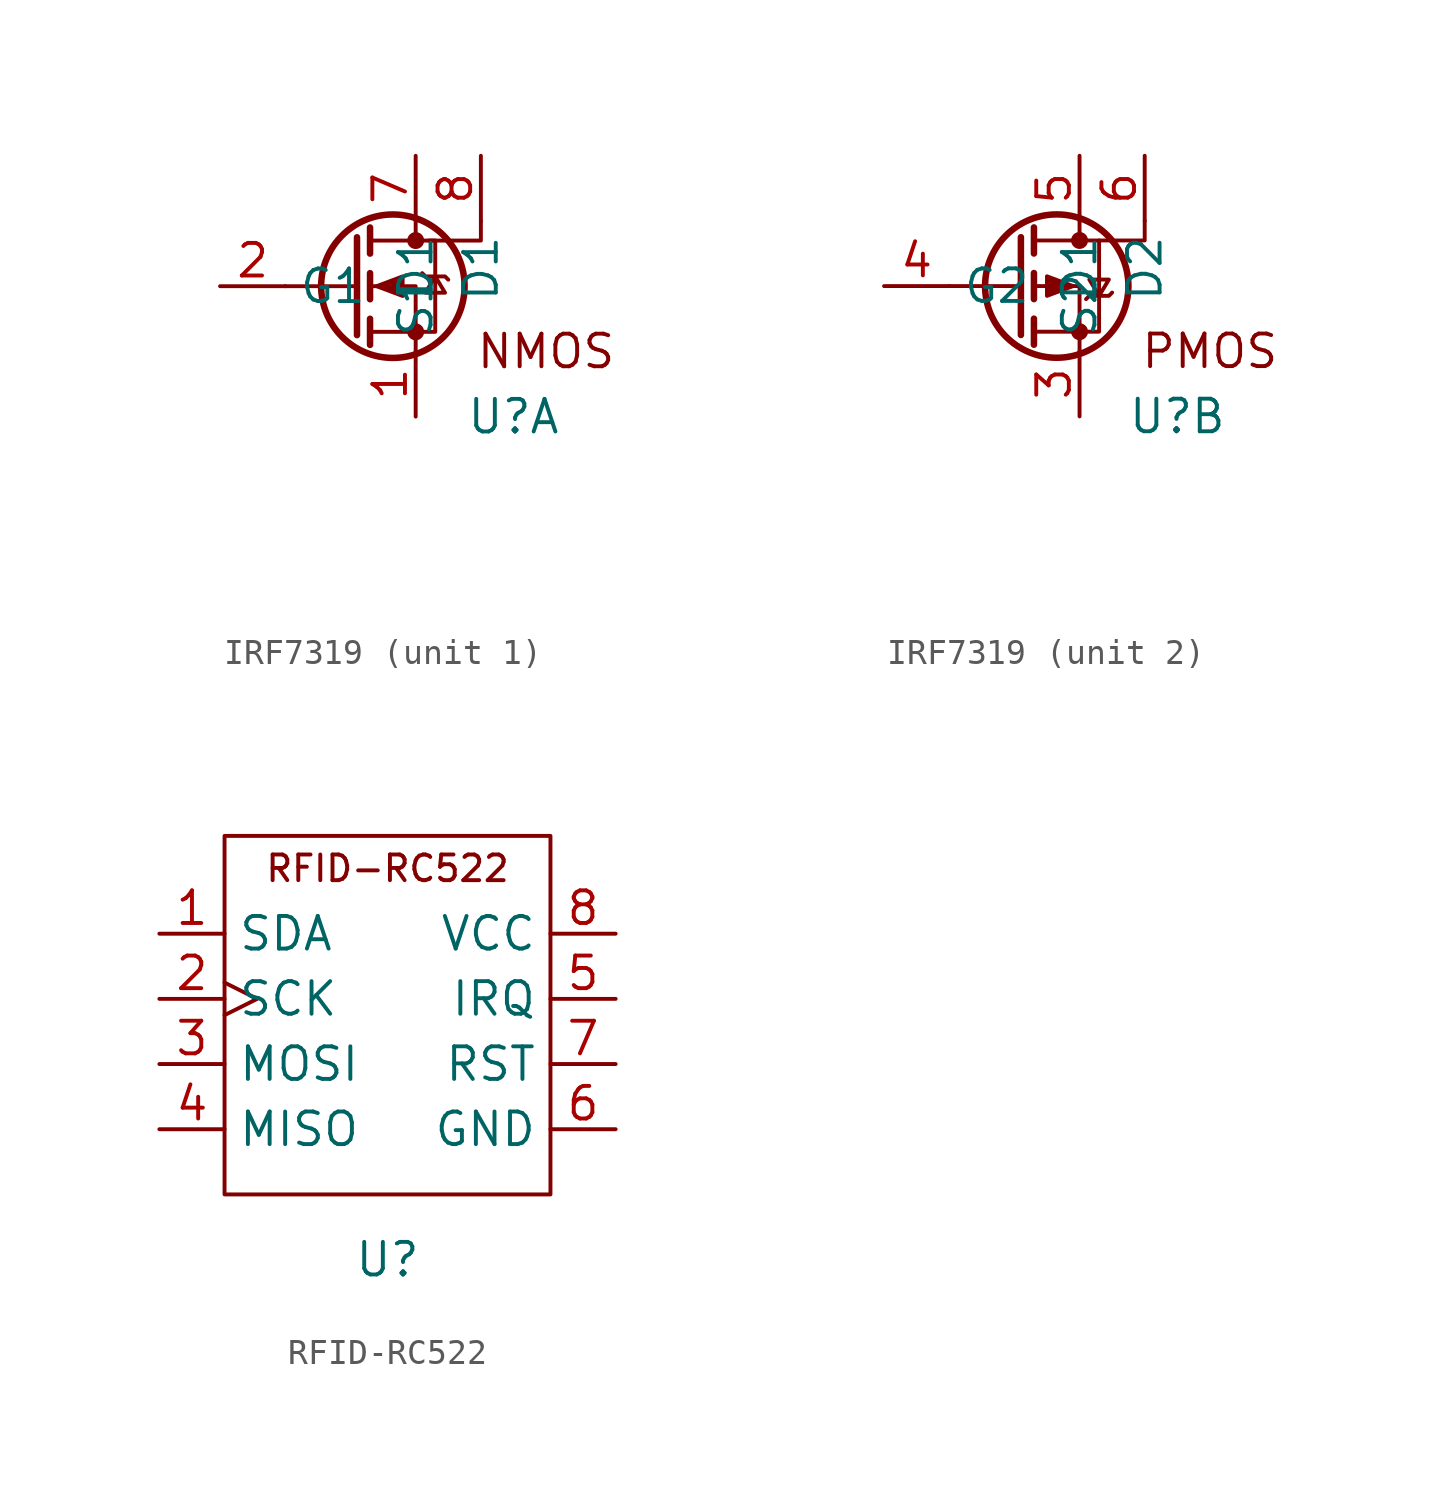
<source format=kicad_sym>
(kicad_symbol_lib
  (version 20220914)
  (generator kicad_symbol_editor)
  (symbol "IRF7319"
    (property "Reference" "U"
      (at 3.81 -5.08 0)
      (effects (font (size 1.27 1.27))))
    (property "Value" ""
      (at -10.16 -11.43 0)
      (effects (font (size 1.27 1.27))))
    (property "ki_locked" ""
      (at 0 0 0)
      (effects (font (size 1.27 1.27))))
    (symbol "IRF7319_1_1"
      (circle (center -0.889 0) (radius 2.794) (stroke (width 0.254) (type default)) (fill (type none)))
      (circle (center 0 -1.778) (radius 0.254) (stroke (width 0) (type default)) (fill (type outline)))
      (polyline (pts (xy -2.286 0) (xy -5.08 0)) (stroke (width 0) (type default)) (fill (type none)))
      (polyline (pts (xy -2.286 1.905) (xy -2.286 -1.905)) (stroke (width 0.254) (type default)) (fill (type none)))
      (polyline (pts (xy -1.778 -1.27) (xy -1.778 -2.286)) (stroke (width 0.254) (type default)) (fill (type none)))
      (polyline (pts (xy -1.778 0.508) (xy -1.778 -0.508)) (stroke (width 0.254) (type default)) (fill (type none)))
      (polyline (pts (xy -1.778 2.286) (xy -1.778 1.27)) (stroke (width 0.254) (type default)) (fill (type none)))
      (polyline (pts (xy 0 2.54) (xy 0 1.778)) (stroke (width 0) (type default)) (fill (type none)))
      (polyline (pts (xy 0 -2.54) (xy 0 0) (xy -1.778 0)) (stroke (width 0) (type default)) (fill (type none)))
      (polyline (pts (xy 0.508 1.778) (xy 2.54 1.778) (xy 2.54 2.54)) (stroke (width 0) (type default)) (fill (type none)))
      (polyline (pts (xy -1.778 -1.778) (xy 0.762 -1.778) (xy 0.762 1.778) (xy -1.778 1.778)) (stroke (width 0) (type default)) (fill (type none)))
      (polyline (pts (xy -1.524 0) (xy -0.508 0.381) (xy -0.508 -0.381) (xy -1.524 0)) (stroke (width 0) (type default)) (fill (type outline)))
      (polyline (pts (xy 0.254 0.508) (xy 0.381 0.381) (xy 1.143 0.381) (xy 1.27 0.254)) (stroke (width 0) (type default)) (fill (type none)))
      (polyline (pts (xy 0.762 0.381) (xy 0.381 -0.254) (xy 1.143 -0.254) (xy 0.762 0.381)) (stroke (width 0) (type default)) (fill (type none)))
      (circle (center 0 1.778) (radius 0.254) (stroke (width 0) (type default)) (fill (type outline)))
      (text "NMOS" (at 5.08 -2.54 0) (effects (font (size 1.27 1.27))))
      (pin passive line (at 0 -5.08 90) (length 2.54) (name "S1" (effects (font (size 1.27 1.27)))) (number "1" (effects (font (size 1.27 1.27)))))
      (pin input line (at -7.62 0 0) (length 2.54) (name "G1" (effects (font (size 1.27 1.27)))) (number "2" (effects (font (size 1.27 1.27)))))
      (pin passive line (at 0 5.08 270) (length 2.54) (name "D1" (effects (font (size 1.27 1.27)))) (number "7" (effects (font (size 1.27 1.27)))))
      (pin passive line (at 2.54 5.08 270) (length 2.54) (name "D1" (effects (font (size 1.27 1.27)))) (number "8" (effects (font (size 1.27 1.27))))))
    (symbol "IRF7319_2_1"
      (circle (center -0.889 0) (radius 2.794) (stroke (width 0.254) (type default)) (fill (type none)))
      (circle (center 0 -1.778) (radius 0.254) (stroke (width 0) (type default)) (fill (type outline)))
      (polyline (pts (xy -2.286 0) (xy -5.08 0)) (stroke (width 0) (type default)) (fill (type none)))
      (polyline (pts (xy -2.286 1.905) (xy -2.286 -1.905)) (stroke (width 0.254) (type default)) (fill (type none)))
      (polyline (pts (xy -1.778 -1.27) (xy -1.778 -2.286)) (stroke (width 0.254) (type default)) (fill (type none)))
      (polyline (pts (xy -1.778 0.508) (xy -1.778 -0.508)) (stroke (width 0.254) (type default)) (fill (type none)))
      (polyline (pts (xy -1.778 2.286) (xy -1.778 1.27)) (stroke (width 0.254) (type default)) (fill (type none)))
      (polyline (pts (xy 0 2.54) (xy 0 1.778)) (stroke (width 0) (type default)) (fill (type none)))
      (polyline (pts (xy 0 -2.54) (xy 0 0) (xy -1.778 0)) (stroke (width 0) (type default)) (fill (type none)))
      (polyline (pts (xy 0.762 1.778) (xy 2.54 1.778) (xy 2.54 2.54)) (stroke (width 0) (type default)) (fill (type none)))
      (polyline (pts (xy -1.778 1.778) (xy 0.762 1.778) (xy 0.762 -1.778) (xy -1.778 -1.778)) (stroke (width 0) (type default)) (fill (type none)))
      (polyline (pts (xy -0.254 0) (xy -1.27 0.381) (xy -1.27 -0.381) (xy -0.254 0)) (stroke (width 0) (type default)) (fill (type outline)))
      (polyline (pts (xy 0.254 -0.508) (xy 0.381 -0.381) (xy 1.143 -0.381) (xy 1.27 -0.254)) (stroke (width 0) (type default)) (fill (type none)))
      (polyline (pts (xy 0.762 -0.381) (xy 0.381 0.254) (xy 1.143 0.254) (xy 0.762 -0.381)) (stroke (width 0) (type default)) (fill (type none)))
      (circle (center 0 1.778) (radius 0.254) (stroke (width 0) (type default)) (fill (type outline)))
      (text "PMOS" (at 5.08 -2.54 0) (effects (font (size 1.27 1.27))))
      (pin passive line (at 0 -5.08 90) (length 2.54) (name "S2" (effects (font (size 1.27 1.27)))) (number "3" (effects (font (size 1.27 1.27)))))
      (pin input line (at -7.62 0 0) (length 2.54) (name "G2" (effects (font (size 1.27 1.27)))) (number "4" (effects (font (size 1.27 1.27)))))
      (pin passive line (at 0 5.08 270) (length 2.54) (name "D1" (effects (font (size 1.27 1.27)))) (number "5" (effects (font (size 1.27 1.27)))))
      (pin passive line (at 2.54 5.08 270) (length 2.54) (name "D2" (effects (font (size 1.27 1.27)))) (number "6" (effects (font (size 1.27 1.27)))))))
  (symbol "RFID-RC522"
    (property "Reference" "U"
      (at 0 -8.89 0)
      (effects (font (size 1.27 1.27))))
    (property "Value" ""
      (at 0 1.27 0)
      (effects (font (size 1.27 1.27))))
    (symbol "RFID-RC522_0_1"
      (rectangle (start -6.35 7.62) (end 6.35 -6.35) (stroke (width 0) (type default)) (fill (type none))))
    (symbol "RFID-RC522_1_1"
      (text "RFID-RC522" (at 0 6.35 0) (effects (font (size 1 1))))
      (pin bidirectional line (at -8.89 3.81 0) (length 2.54) (name "SDA" (effects (font (size 1.27 1.27)))) (number "1" (effects (font (size 1.27 1.27)))))
      (pin input clock (at -8.89 1.27 0) (length 2.54) (name "SCK" (effects (font (size 1.27 1.27)))) (number "2" (effects (font (size 1.27 1.27)))))
      (pin input line (at -8.89 -1.27 0) (length 2.54) (name "MOSI" (effects (font (size 1.27 1.27)))) (number "3" (effects (font (size 1.27 1.27)))))
      (pin output line (at -8.89 -3.81 0) (length 2.54) (name "MISO" (effects (font (size 1.27 1.27)))) (number "4" (effects (font (size 1.27 1.27)))))
      (pin output line (at 8.89 1.27 180) (length 2.54) (name "IRQ" (effects (font (size 1.27 1.27)))) (number "5" (effects (font (size 1.27 1.27)))))
      (pin power_in line (at 8.89 -3.81 180) (length 2.54) (name "GND" (effects (font (size 1.27 1.27)))) (number "6" (effects (font (size 1.27 1.27)))))
      (pin input line (at 8.89 -1.27 180) (length 2.54) (name "RST" (effects (font (size 1.27 1.27)))) (number "7" (effects (font (size 1.27 1.27)))))
      (pin power_in line (at 8.89 3.81 180) (length 2.54) (name "VCC" (effects (font (size 1.27 1.27)))) (number "8" (effects (font (size 1.27 1.27))))))))
</source>
